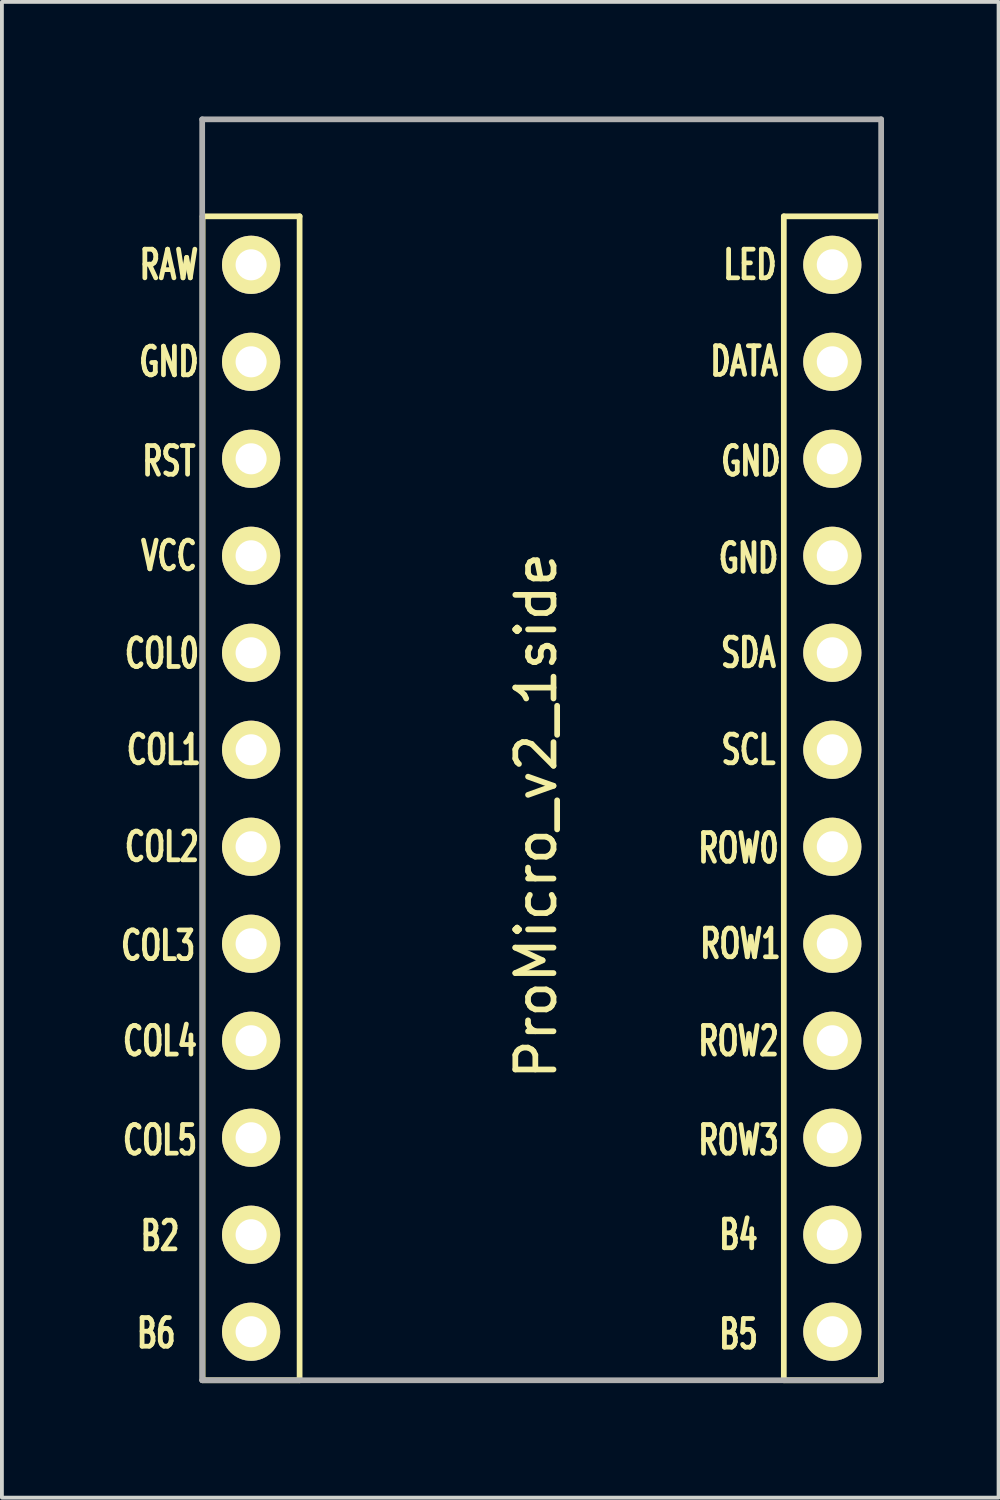
<source format=kicad_pcb>
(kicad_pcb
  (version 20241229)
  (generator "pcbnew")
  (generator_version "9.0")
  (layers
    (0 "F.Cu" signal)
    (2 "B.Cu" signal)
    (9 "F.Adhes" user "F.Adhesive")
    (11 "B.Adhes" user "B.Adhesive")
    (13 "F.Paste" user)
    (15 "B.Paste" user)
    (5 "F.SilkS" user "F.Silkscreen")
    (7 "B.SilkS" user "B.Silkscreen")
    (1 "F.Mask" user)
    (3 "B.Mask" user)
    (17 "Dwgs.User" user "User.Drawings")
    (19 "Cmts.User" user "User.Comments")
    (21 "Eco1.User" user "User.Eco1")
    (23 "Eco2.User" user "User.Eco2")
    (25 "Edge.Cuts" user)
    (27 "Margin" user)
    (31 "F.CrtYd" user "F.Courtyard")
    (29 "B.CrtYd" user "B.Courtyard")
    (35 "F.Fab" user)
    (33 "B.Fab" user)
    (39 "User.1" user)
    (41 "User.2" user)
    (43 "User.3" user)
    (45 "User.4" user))
  (footprint "ProMicro_v2_1side"
    (layer "F.Cu")
    (at 11.09 18.363)
    (property "Reference" "ProMicro_v2_1side" (at -0.1 -0.05 270) (layer "F.SilkS") (effects (font (size 1 1) (thickness 0.15))))
    (attr through_hole)
    (fp_line (start -8.834 -15.748) (end -6.294 -15.748) (stroke (width 0.15) (type solid)) (layer "F.SilkS"))
    (fp_line (start -8.834 14.732) (end -8.834 -15.748) (stroke (width 0.15) (type solid)) (layer "F.SilkS"))
    (fp_line (start -6.294 -15.748) (end -6.294 14.732) (stroke (width 0.15) (type solid)) (layer "F.SilkS"))
    (fp_line (start -6.294 14.732) (end -8.834 14.732) (stroke (width 0.15) (type solid)) (layer "F.SilkS"))
    (fp_line (start 6.386 -15.748) (end 8.926 -15.748) (stroke (width 0.15) (type solid)) (layer "F.SilkS"))
    (fp_line (start 6.386 14.732) (end 6.386 -15.748) (stroke (width 0.15) (type solid)) (layer "F.SilkS"))
    (fp_line (start 8.926 -15.748) (end 8.926 14.732) (stroke (width 0.15) (type solid)) (layer "F.SilkS"))
    (fp_line (start 8.926 14.732) (end 6.386 14.732) (stroke (width 0.15) (type solid)) (layer "F.SilkS"))
    (fp_line (start -8.845 -18.288) (end 8.935 -18.288) (stroke (width 0.15) (type solid)) (layer "F.Fab"))
    (fp_line (start -8.845 14.732) (end -8.845 -18.288) (stroke (width 0.15) (type solid)) (layer "F.Fab"))
    (fp_line (start 8.935 -18.288) (end 8.935 14.732) (stroke (width 0.15) (type solid)) (layer "F.Fab"))
    (fp_line (start 8.935 14.732) (end -8.845 14.732) (stroke (width 0.15) (type solid)) (layer "F.Fab"))
    (fp_text user "DATA" (at 5.35 -11.95 0) (layer "F.SilkS") (effects (font (size 0.75 0.5) (thickness 0.125))))
    (fp_text user "B5" (at 5.2 13.525 0) (layer "F.SilkS") (effects (font (size 0.75 0.5) (thickness 0.125))))
    (fp_text user "ROW1" (at 5.25 3.302 0) (layer "F.SilkS") (effects (font (size 0.75 0.5) (thickness 0.125))))
    (fp_text user "GND" (at 5.461 -6.795 0) (layer "F.SilkS") (effects (font (size 0.75 0.5) (thickness 0.125))))
    (fp_text user "COL5" (at -9.95 8.445 0) (layer "F.SilkS") (effects (font (size 0.75 0.5) (thickness 0.125))))
    (fp_text user "ROW2" (at 5.2 5.85 0) (layer "F.SilkS") (effects (font (size 0.75 0.5) (thickness 0.125))))
    (fp_text user "COL1" (at -9.85 -1.778 0) (layer "F.SilkS") (effects (font (size 0.75 0.5) (thickness 0.125))))
    (fp_text user "GND" (at 5.524 -9.335 0) (layer "F.SilkS") (effects (font (size 0.75 0.5) (thickness 0.125))))
    (fp_text user "RAW" (at -9.716 -14.478 0) (layer "F.SilkS") (effects (font (size 0.75 0.5) (thickness 0.125))))
    (fp_text user "RST" (at -9.716 -9.335 0) (layer "F.SilkS") (effects (font (size 0.75 0.5) (thickness 0.125))))
    (fp_text user "LED" (at 5.5 -14.478 0) (layer "F.SilkS") (effects (font (size 0.75 0.5) (thickness 0.125))))
    (fp_text user "GND" (at -9.716 -11.938 0) (layer "F.SilkS") (effects (font (size 0.75 0.5) (thickness 0.125))))
    (fp_text user "COL0" (at -9.9 -4.3 0) (layer "F.SilkS") (effects (font (size 0.75 0.5) (thickness 0.125))))
    (fp_text user "VCC" (at -9.716 -6.858 0) (layer "F.SilkS") (effects (font (size 0.75 0.5) (thickness 0.125))))
    (fp_text user "ROW3" (at 5.2 8.445 0) (layer "F.SilkS") (effects (font (size 0.75 0.5) (thickness 0.125))))
    (fp_text user "ROW0" (at 5.2 0.8 0) (layer "F.SilkS") (effects (font (size 0.75 0.5) (thickness 0.125))))
    (fp_text user "" (at -0.5 -17.25 0) (layer "F.SilkS") (effects (font (size 1 1) (thickness 0.15))))
    (fp_text user "B4" (at 5.2 10.922 0) (layer "F.SilkS") (effects (font (size 0.75 0.5) (thickness 0.125))))
    (fp_text user "B6" (at -10.05 13.5 0) (layer "F.SilkS") (effects (font (size 0.75 0.5) (thickness 0.125))))
    (fp_text user "COL3" (at -10 3.35 0) (layer "F.SilkS") (effects (font (size 0.75 0.5) (thickness 0.125))))
    (fp_text user "COL2" (at -9.9 0.762 0) (layer "F.SilkS") (effects (font (size 0.75 0.5) (thickness 0.125))))
    (fp_text user "SCL" (at 5.461 -1.778 0) (layer "F.SilkS") (effects (font (size 0.75 0.5) (thickness 0.125))))
    (fp_text user "SDA" (at 5.461 -4.318 0) (layer "F.SilkS") (effects (font (size 0.75 0.5) (thickness 0.125))))
    (fp_text user "COL4" (at -9.95 5.85 0) (layer "F.SilkS") (effects (font (size 0.75 0.5) (thickness 0.125))))
    (fp_text user "B2" (at -9.95 10.95 0) (layer "F.SilkS") (effects (font (size 0.75 0.5) (thickness 0.125))))
    (fp_text user "" (at -1.206 -16.256 0) (layer "B.SilkS") (effects (font (size 1 1) (thickness 0.15)) (justify mirror)))
    (pad "1" thru_hole circle (at 7.656 -14.478) (size 1.524 1.524) (drill 0.813) (layers "*.Cu" "B.Mask" "F.SilkS"))
    (pad "2" thru_hole circle (at 7.656 -11.938) (size 1.524 1.524) (drill 0.813) (layers "*.Cu" "B.Mask" "F.SilkS"))
    (pad "3" thru_hole circle (at 7.656 -9.398) (size 1.524 1.524) (drill 0.813) (layers "*.Cu" "B.Mask" "F.SilkS"))
    (pad "4" thru_hole circle (at 7.656 -6.858) (size 1.524 1.524) (drill 0.813) (layers "*.Cu" "B.Mask" "F.SilkS"))
    (pad "5" thru_hole circle (at 7.656 -4.318) (size 1.524 1.524) (drill 0.813) (layers "*.Cu" "B.Mask" "F.SilkS"))
    (pad "6" thru_hole circle (at 7.656 -1.778) (size 1.524 1.524) (drill 0.813) (layers "*.Cu" "B.Mask" "F.SilkS"))
    (pad "7" thru_hole circle (at 7.656 0.762) (size 1.524 1.524) (drill 0.813) (layers "*.Cu" "B.Mask" "F.SilkS"))
    (pad "8" thru_hole circle (at 7.656 3.302) (size 1.524 1.524) (drill 0.813) (layers "*.Cu" "B.Mask" "F.SilkS"))
    (pad "9" thru_hole circle (at 7.656 5.842) (size 1.524 1.524) (drill 0.813) (layers "*.Cu" "B.Mask" "F.SilkS"))
    (pad "10" thru_hole circle (at 7.656 8.382) (size 1.524 1.524) (drill 0.813) (layers "*.Cu" "B.Mask" "F.SilkS"))
    (pad "11" thru_hole circle (at 7.656 10.922) (size 1.524 1.524) (drill 0.813) (layers "*.Cu" "B.Mask" "F.SilkS"))
    (pad "12" thru_hole circle (at 7.656 13.462) (size 1.524 1.524) (drill 0.813) (layers "*.Cu" "B.Mask" "F.SilkS"))
    (pad "13" thru_hole circle (at -7.564 13.462) (size 1.524 1.524) (drill 0.813) (layers "*.Cu" "B.Mask" "F.SilkS"))
    (pad "14" thru_hole circle (at -7.564 10.922) (size 1.524 1.524) (drill 0.813) (layers "*.Cu" "B.Mask" "F.SilkS"))
    (pad "15" thru_hole circle (at -7.564 8.382) (size 1.524 1.524) (drill 0.813) (layers "*.Cu" "B.Mask" "F.SilkS"))
    (pad "16" thru_hole circle (at -7.564 5.842) (size 1.524 1.524) (drill 0.813) (layers "*.Cu" "B.Mask" "F.SilkS"))
    (pad "17" thru_hole circle (at -7.564 3.302) (size 1.524 1.524) (drill 0.813) (layers "*.Cu" "B.Mask" "F.SilkS"))
    (pad "18" thru_hole circle (at -7.564 0.762) (size 1.524 1.524) (drill 0.813) (layers "*.Cu" "B.Mask" "F.SilkS"))
    (pad "19" thru_hole circle (at -7.564 -1.778) (size 1.524 1.524) (drill 0.813) (layers "*.Cu" "B.Mask" "F.SilkS"))
    (pad "20" thru_hole circle (at -7.564 -4.318) (size 1.524 1.524) (drill 0.813) (layers "*.Cu" "B.Mask" "F.SilkS"))
    (pad "21" thru_hole circle (at -7.564 -6.858) (size 1.524 1.524) (drill 0.813) (layers "*.Cu" "B.Mask" "F.SilkS"))
    (pad "22" thru_hole circle (at -7.564 -9.398) (size 1.524 1.524) (drill 0.813) (layers "*.Cu" "B.Mask" "F.SilkS"))
    (pad "23" thru_hole circle (at -7.564 -11.938) (size 1.524 1.524) (drill 0.813) (layers "*.Cu" "B.Mask" "F.SilkS"))
    (pad "24" thru_hole circle (at -7.564 -14.478) (size 1.524 1.524) (drill 0.813) (layers "*.Cu" "B.Mask" "F.SilkS")))
  (gr_rect
    (start -3 -3)
    (end 23.1 36.17)
    (stroke (width 0.1) (type default))
    (fill no)
    (layer "Edge.Cuts")))
</source>
